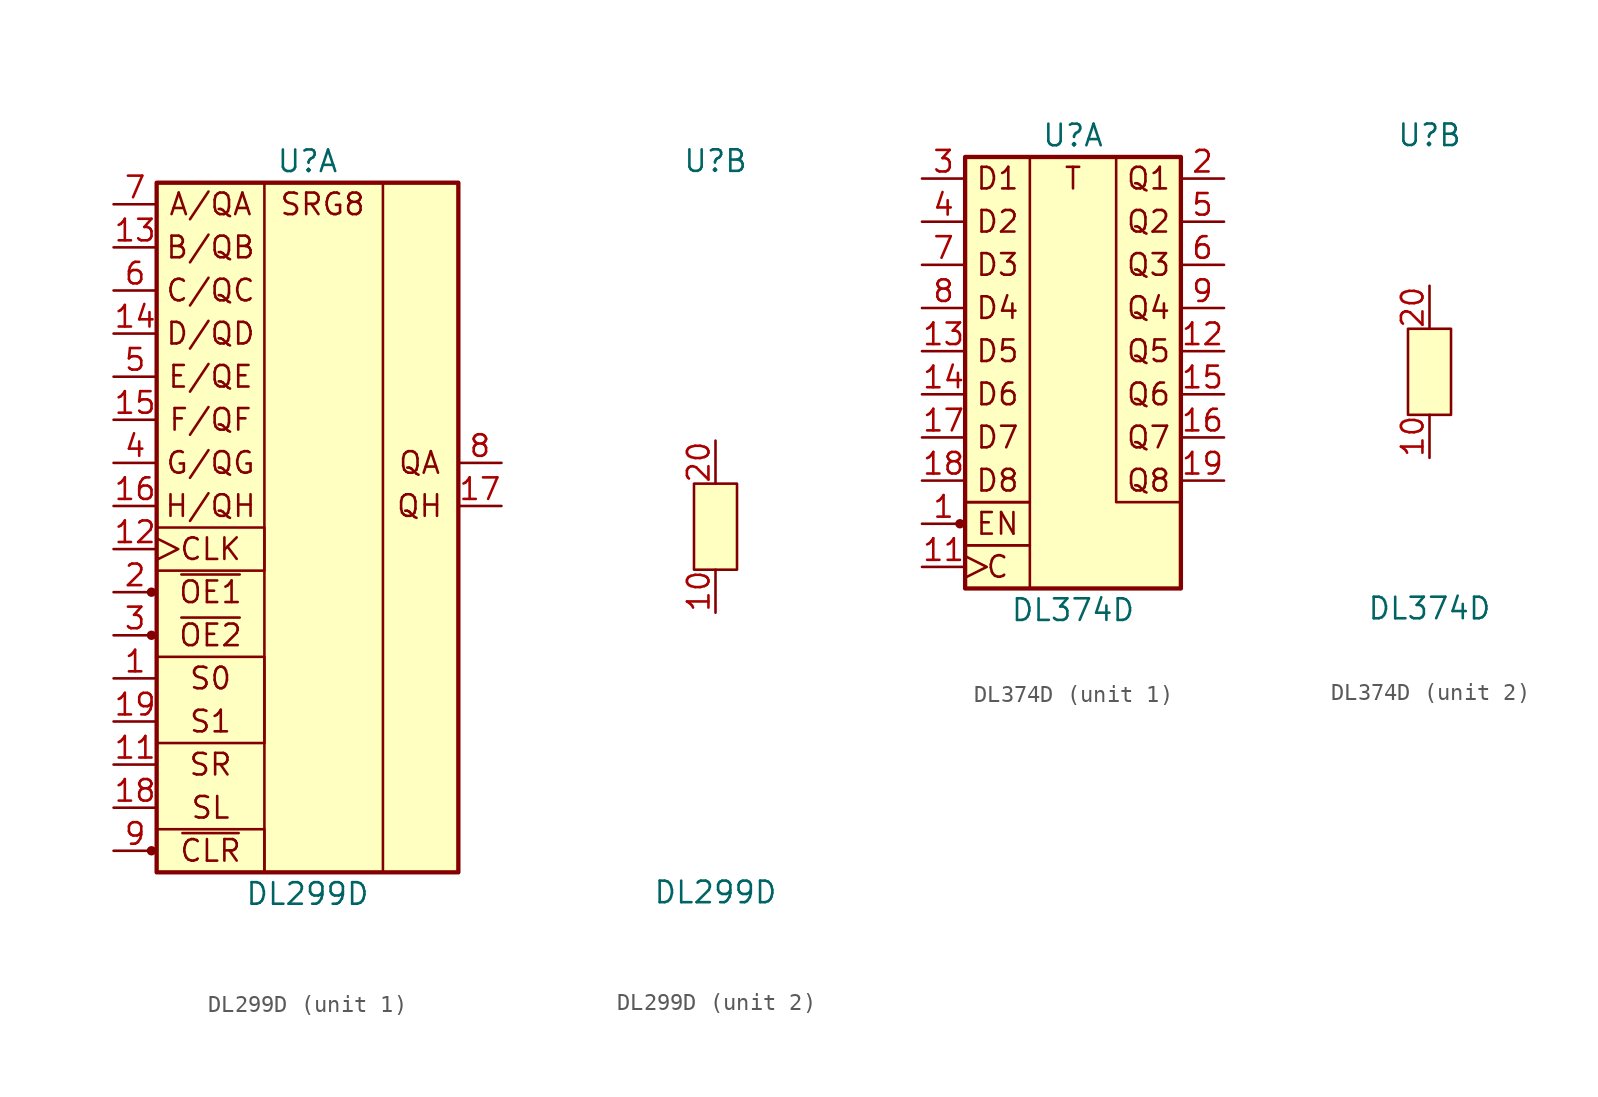
<source format=kicad_sym>
(kicad_symbol_lib
  (version 20211014)
  (generator kicad_symbol_editor)
  (symbol "DL299D"
    (pin_names
      (offset 1.016) hide)
    (property "Reference" "U"
      (at 0 21.59 0)
      (effects (font (size 1.27 1.27))))
    (property "Value" "DL299D"
      (at 0 -21.59 0)
      (effects (font (size 1.27 1.27))))
    (property "ki_locked" ""
      (at 0 0 0)
      (effects (font (size 1.27 1.27))))
    (symbol "DL299D_1_1"
      (circle (center -9.195 -19.05) (radius 0.203) (stroke (width 0) (type default) (color 0 0 0 0)) (fill (type outline)))
      (circle (center -9.195 -6.35) (radius 0.203) (stroke (width 0) (type default) (color 0 0 0 0)) (fill (type outline)))
      (circle (center -9.195 -3.81) (radius 0.203) (stroke (width 0) (type default) (color 0 0 0 0)) (fill (type outline)))
      (rectangle (start -8.89 -17.78) (end -2.54 -20.32) (stroke (width 0) (type default) (color 0 0 0 0)) (fill (type none)))
      (rectangle (start -8.89 -7.62) (end -2.54 -12.7) (stroke (width 0) (type default) (color 0 0 0 0)) (fill (type none)))
      (rectangle (start -8.89 0) (end -2.54 -2.54) (stroke (width 0) (type default) (color 0 0 0 0)) (fill (type none)))
      (rectangle (start -8.89 20.32) (end 8.89 -20.32) (stroke (width 0.254) (type default) (color 0 0 0 0)) (fill (type background)))
      (rectangle (start 4.445 20.32) (end -2.54 -20.32) (stroke (width 0) (type default) (color 0 0 0 0)) (fill (type none)))
      (text "A/QA" (at -5.715 19.05 0) (effects (font (size 1.27 1.27))))
      (text "B/QB" (at -5.715 16.51 0) (effects (font (size 1.27 1.27))))
      (text "C/QC" (at -5.715 13.97 0) (effects (font (size 1.27 1.27))))
      (text "CLK" (at -5.715 -1.27 0) (effects (font (size 1.27 1.27))))
      (text "D/QD" (at -5.715 11.43 0) (effects (font (size 1.27 1.27))))
      (text "E/QE" (at -5.715 8.89 0) (effects (font (size 1.27 1.27))))
      (text "F/QF" (at -5.715 6.35 0) (effects (font (size 1.27 1.27))))
      (text "G/QG" (at -5.715 3.81 0) (effects (font (size 1.27 1.27))))
      (text "H/QH" (at -5.715 1.27 0) (effects (font (size 1.27 1.27))))
      (text "QA" (at 6.604 3.81 0) (effects (font (size 1.27 1.27))))
      (text "QH" (at 6.604 1.27 0) (effects (font (size 1.27 1.27))))
      (text "S0" (at -5.715 -8.89 0) (effects (font (size 1.27 1.27))))
      (text "S1" (at -5.715 -11.43 0) (effects (font (size 1.27 1.27))))
      (text "SL" (at -5.715 -16.51 0) (effects (font (size 1.27 1.27))))
      (text "SR" (at -5.715 -13.97 0) (effects (font (size 1.27 1.27))))
      (text "SRG8" (at 0.889 19.05 0) (effects (font (size 1.27 1.27))))
      (text "~{CLR}" (at -5.715 -19.05 0) (effects (font (size 1.27 1.27))))
      (text "~{OE1}" (at -5.715 -3.81 0) (effects (font (size 1.27 1.27))))
      (text "~{OE2}" (at -5.715 -6.35 0) (effects (font (size 1.27 1.27))))
      (pin input line (at -11.43 -8.89 0) (length 2.54) (name "S0" (effects (font (size 1.27 1.27)))) (number "1" (effects (font (size 1.27 1.27)))))
      (pin input line (at -11.43 -13.97 0) (length 2.54) (name "SR" (effects (font (size 1.27 1.27)))) (number "11" (effects (font (size 1.27 1.27)))))
      (pin input clock (at -11.43 -1.27 0) (length 2.54) (name "CLK" (effects (font (size 1.27 1.27)))) (number "12" (effects (font (size 1.27 1.27)))))
      (pin bidirectional line (at -11.43 16.51 0) (length 2.54) (name "B/QB" (effects (font (size 1.27 1.27)))) (number "13" (effects (font (size 1.27 1.27)))))
      (pin bidirectional line (at -11.43 11.43 0) (length 2.54) (name "D/QD" (effects (font (size 1.27 1.27)))) (number "14" (effects (font (size 1.27 1.27)))))
      (pin bidirectional line (at -11.43 6.35 0) (length 2.54) (name "F/QF" (effects (font (size 1.27 1.27)))) (number "15" (effects (font (size 1.27 1.27)))))
      (pin bidirectional line (at -11.43 1.27 0) (length 2.54) (name "H/QH" (effects (font (size 1.27 1.27)))) (number "16" (effects (font (size 1.27 1.27)))))
      (pin tri_state line (at 11.43 1.27 180) (length 2.54) (name "QH" (effects (font (size 1.27 1.27)))) (number "17" (effects (font (size 1.27 1.27)))))
      (pin input line (at -11.43 -16.51 0) (length 2.54) (name "SL" (effects (font (size 1.27 1.27)))) (number "18" (effects (font (size 1.27 1.27)))))
      (pin input line (at -11.43 -11.43 0) (length 2.54) (name "S1" (effects (font (size 1.27 1.27)))) (number "19" (effects (font (size 1.27 1.27)))))
      (pin input line (at -11.43 -3.81 0) (length 2.54) (name "~{OE1}" (effects (font (size 1.27 1.27)))) (number "2" (effects (font (size 1.27 1.27)))))
      (pin input line (at -11.43 -6.35 0) (length 2.54) (name "~{OE2}" (effects (font (size 1.27 1.27)))) (number "3" (effects (font (size 1.27 1.27)))))
      (pin bidirectional line (at -11.43 3.81 0) (length 2.54) (name "G/QG" (effects (font (size 1.27 1.27)))) (number "4" (effects (font (size 1.27 1.27)))))
      (pin bidirectional line (at -11.43 8.89 0) (length 2.54) (name "E/QE" (effects (font (size 1.27 1.27)))) (number "5" (effects (font (size 1.27 1.27)))))
      (pin bidirectional line (at -11.43 13.97 0) (length 2.54) (name "C/QC" (effects (font (size 1.27 1.27)))) (number "6" (effects (font (size 1.27 1.27)))))
      (pin bidirectional line (at -11.43 19.05 0) (length 2.54) (name "A/QA" (effects (font (size 1.27 1.27)))) (number "7" (effects (font (size 1.27 1.27)))))
      (pin tri_state line (at 11.43 3.81 180) (length 2.54) (name "QA" (effects (font (size 1.27 1.27)))) (number "8" (effects (font (size 1.27 1.27)))))
      (pin input line (at -11.43 -19.05 0) (length 2.54) (name "~{CLR}" (effects (font (size 1.27 1.27)))) (number "9" (effects (font (size 1.27 1.27))))))
    (symbol "DL299D_2_1"
      (rectangle (start -1.27 2.54) (end 1.27 -2.54) (stroke (width 0) (type default) (color 0 0 0 0)) (fill (type background)))
      (pin power_in line (at 0 -5.08 90) (length 2.54) (name "GND" (effects (font (size 1.27 1.27)))) (number "10" (effects (font (size 1.27 1.27)))))
      (pin power_in line (at 0 5.08 270) (length 2.54) (name "Vcc" (effects (font (size 1.27 1.27)))) (number "20" (effects (font (size 1.27 1.27)))))))
  (symbol "DL374D"
    (pin_names
      (offset 1.016) hide)
    (property "Reference" "U"
      (at 0 13.97 0)
      (effects (font (size 1.27 1.27))))
    (property "Value" "DL374D"
      (at 0 -13.97 0)
      (effects (font (size 1.27 1.27))))
    (property "ki_locked" ""
      (at 0 0 0)
      (effects (font (size 1.27 1.27))))
    (symbol "DL374D_1_1"
      (circle (center -6.655 -8.89) (radius 0.203) (stroke (width 0) (type default) (color 0 0 0 0)) (fill (type outline)))
      (rectangle (start -6.35 12.7) (end -2.54 -7.62) (stroke (width 0) (type default) (color 0 0 0 0)) (fill (type none)))
      (rectangle (start -6.35 12.7) (end 6.35 -12.7) (stroke (width 0.254) (type default) (color 0 0 0 0)) (fill (type background)))
      (rectangle (start -2.54 -10.16) (end -6.35 -12.7) (stroke (width 0) (type default) (color 0 0 0 0)) (fill (type none)))
      (rectangle (start -2.54 -10.16) (end -6.35 -7.62) (stroke (width 0) (type default) (color 0 0 0 0)) (fill (type none)))
      (rectangle (start 2.54 12.7) (end 6.35 -7.62) (stroke (width 0) (type default) (color 0 0 0 0)) (fill (type none)))
      (text "C" (at -4.445 -11.43 0) (effects (font (size 1.27 1.27))))
      (text "D1" (at -4.445 11.43 0) (effects (font (size 1.27 1.27))))
      (text "D2" (at -4.445 8.89 0) (effects (font (size 1.27 1.27))))
      (text "D3" (at -4.445 6.35 0) (effects (font (size 1.27 1.27))))
      (text "D4" (at -4.445 3.81 0) (effects (font (size 1.27 1.27))))
      (text "D5" (at -4.445 1.27 0) (effects (font (size 1.27 1.27))))
      (text "D6" (at -4.445 -1.27 0) (effects (font (size 1.27 1.27))))
      (text "D7" (at -4.445 -3.81 0) (effects (font (size 1.27 1.27))))
      (text "D8" (at -4.445 -6.35 0) (effects (font (size 1.27 1.27))))
      (text "EN" (at -4.445 -8.89 0) (effects (font (size 1.27 1.27))))
      (text "Q1" (at 4.445 11.43 0) (effects (font (size 1.27 1.27))))
      (text "Q2" (at 4.445 8.89 0) (effects (font (size 1.27 1.27))))
      (text "Q3" (at 4.445 6.35 0) (effects (font (size 1.27 1.27))))
      (text "Q4" (at 4.445 3.81 0) (effects (font (size 1.27 1.27))))
      (text "Q5" (at 4.445 1.27 0) (effects (font (size 1.27 1.27))))
      (text "Q6" (at 4.445 -1.27 0) (effects (font (size 1.27 1.27))))
      (text "Q7" (at 4.445 -3.81 0) (effects (font (size 1.27 1.27))))
      (text "Q8" (at 4.445 -6.35 0) (effects (font (size 1.27 1.27))))
      (text "T" (at 0 11.43 0) (effects (font (size 1.27 1.27))))
      (pin input line (at -8.89 -8.89 0) (length 2.54) (name "EN" (effects (font (size 1.27 1.27)))) (number "1" (effects (font (size 1.27 1.27)))))
      (pin input clock (at -8.89 -11.43 0) (length 2.54) (name "C" (effects (font (size 1.27 1.27)))) (number "11" (effects (font (size 1.27 1.27)))))
      (pin tri_state line (at 8.89 1.27 180) (length 2.54) (name "Q5" (effects (font (size 1.27 1.27)))) (number "12" (effects (font (size 1.27 1.27)))))
      (pin input line (at -8.89 1.27 0) (length 2.54) (name "D5" (effects (font (size 1.27 1.27)))) (number "13" (effects (font (size 1.27 1.27)))))
      (pin input line (at -8.89 -1.27 0) (length 2.54) (name "D6" (effects (font (size 1.27 1.27)))) (number "14" (effects (font (size 1.27 1.27)))))
      (pin tri_state line (at 8.89 -1.27 180) (length 2.54) (name "Q6" (effects (font (size 1.27 1.27)))) (number "15" (effects (font (size 1.27 1.27)))))
      (pin tri_state line (at 8.89 -3.81 180) (length 2.54) (name "Q7" (effects (font (size 1.27 1.27)))) (number "16" (effects (font (size 1.27 1.27)))))
      (pin input line (at -8.89 -3.81 0) (length 2.54) (name "D7" (effects (font (size 1.27 1.27)))) (number "17" (effects (font (size 1.27 1.27)))))
      (pin input line (at -8.89 -6.35 0) (length 2.54) (name "D8" (effects (font (size 1.27 1.27)))) (number "18" (effects (font (size 1.27 1.27)))))
      (pin tri_state line (at 8.89 -6.35 180) (length 2.54) (name "Q8" (effects (font (size 1.27 1.27)))) (number "19" (effects (font (size 1.27 1.27)))))
      (pin tri_state line (at 8.89 11.43 180) (length 2.54) (name "Q1" (effects (font (size 1.27 1.27)))) (number "2" (effects (font (size 1.27 1.27)))))
      (pin input line (at -8.89 11.43 0) (length 2.54) (name "D1" (effects (font (size 1.27 1.27)))) (number "3" (effects (font (size 1.27 1.27)))))
      (pin input line (at -8.89 8.89 0) (length 2.54) (name "D2" (effects (font (size 1.27 1.27)))) (number "4" (effects (font (size 1.27 1.27)))))
      (pin tri_state line (at 8.89 8.89 180) (length 2.54) (name "Q2" (effects (font (size 1.27 1.27)))) (number "5" (effects (font (size 1.27 1.27)))))
      (pin tri_state line (at 8.89 6.35 180) (length 2.54) (name "Q3" (effects (font (size 1.27 1.27)))) (number "6" (effects (font (size 1.27 1.27)))))
      (pin input line (at -8.89 6.35 0) (length 2.54) (name "D3" (effects (font (size 1.27 1.27)))) (number "7" (effects (font (size 1.27 1.27)))))
      (pin input line (at -8.89 3.81 0) (length 2.54) (name "D4" (effects (font (size 1.27 1.27)))) (number "8" (effects (font (size 1.27 1.27)))))
      (pin tri_state line (at 8.89 3.81 180) (length 2.54) (name "Q4" (effects (font (size 1.27 1.27)))) (number "9" (effects (font (size 1.27 1.27))))))
    (symbol "DL374D_2_1"
      (rectangle (start -1.27 2.54) (end 1.27 -2.54) (stroke (width 0) (type default) (color 0 0 0 0)) (fill (type background)))
      (pin power_in line (at 0 -5.08 90) (length 2.54) (name "GND" (effects (font (size 1.27 1.27)))) (number "10" (effects (font (size 1.27 1.27)))))
      (pin power_in line (at 0 5.08 270) (length 2.54) (name "Vcc" (effects (font (size 1.27 1.27)))) (number "20" (effects (font (size 1.27 1.27))))))))
</source>
